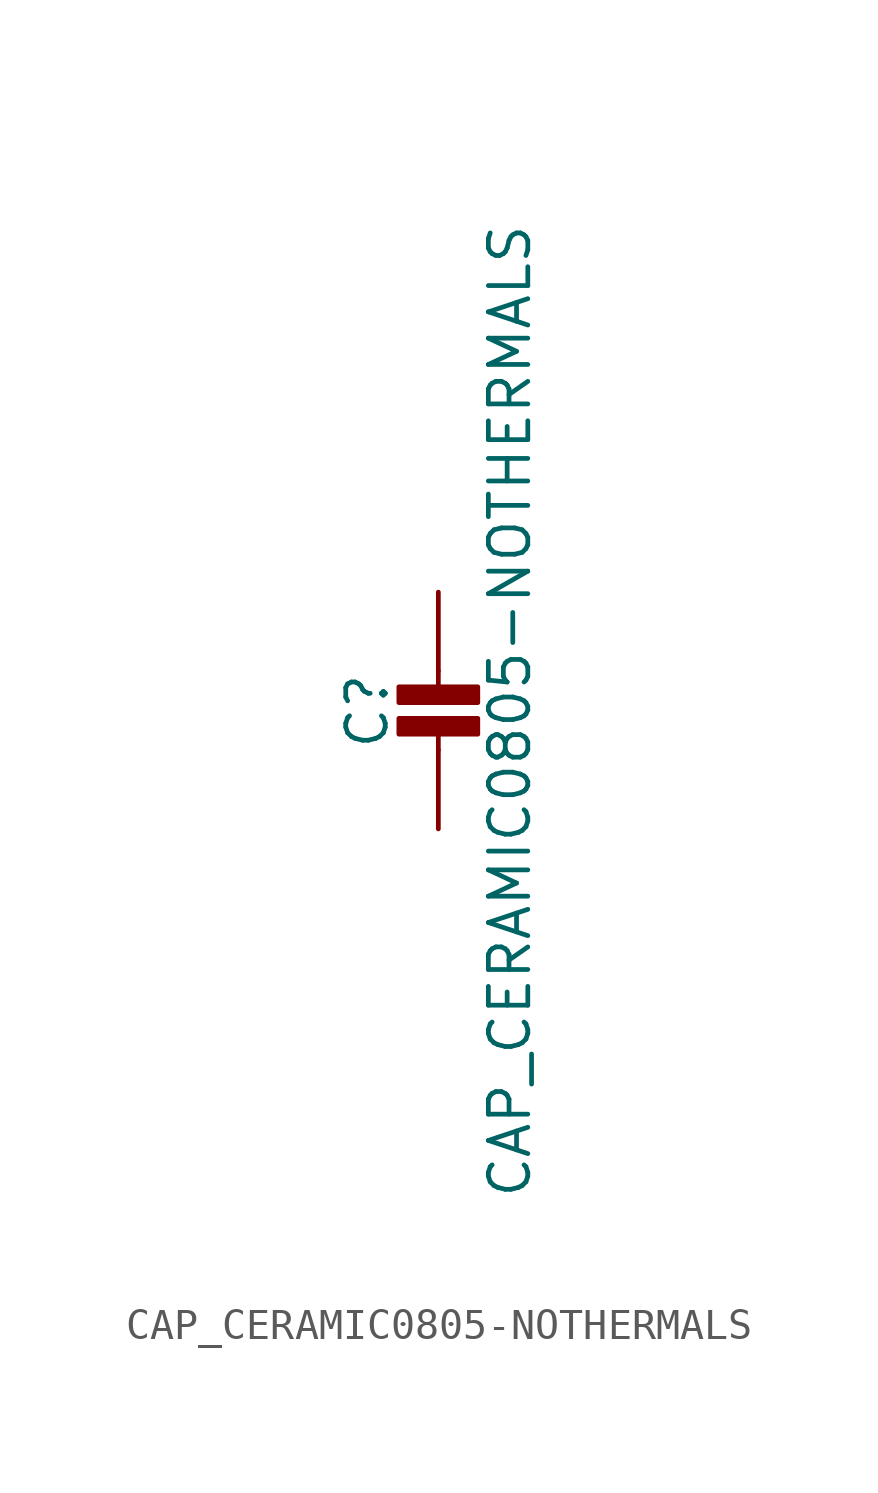
<source format=kicad_sym>
(kicad_symbol_lib
  (version 20211014)
  (generator kicad_symbol_editor)
  (symbol "CAP_CERAMIC0805-NOTHERMALS"
    (property "Reference" "C"
      (at -2.29 1.25 90)
      (effects (font (size 1.27 1.27))))
    (property "Value" "CAP_CERAMIC0805-NOTHERMALS"
      (at 2.3 1.25 90)
      (effects (font (size 1.27 1.27))))
    (property "ki_locked" ""
      (at 0 0 0)
      (effects (font (size 1.27 1.27))))
    (symbol "CAP_CERAMIC0805-NOTHERMALS_1_0"
      (rectangle (start -1.27 0.508) (end 1.27 1.016) (stroke (width 0) (type default) (color 0 0 0 0)) (fill (type outline)))
      (rectangle (start -1.27 1.524) (end 1.27 2.032) (stroke (width 0) (type default) (color 0 0 0 0)) (fill (type outline)))
      (polyline (pts (xy 0 0.762) (xy 0 0)) (stroke (width 0.152) (type default) (color 0 0 0 0)) (fill (type none)))
      (polyline (pts (xy 0 2.54) (xy 0 1.778)) (stroke (width 0.152) (type default) (color 0 0 0 0)) (fill (type none)))
      (pin passive line (at 0 5.08 270) (length 2.54) (name "1" (effects (font (size 0 0)))) (number "1" (effects (font (size 0 0)))))
      (pin passive line (at 0 -2.54 90) (length 2.54) (name "2" (effects (font (size 0 0)))) (number "2" (effects (font (size 0 0))))))))
</source>
